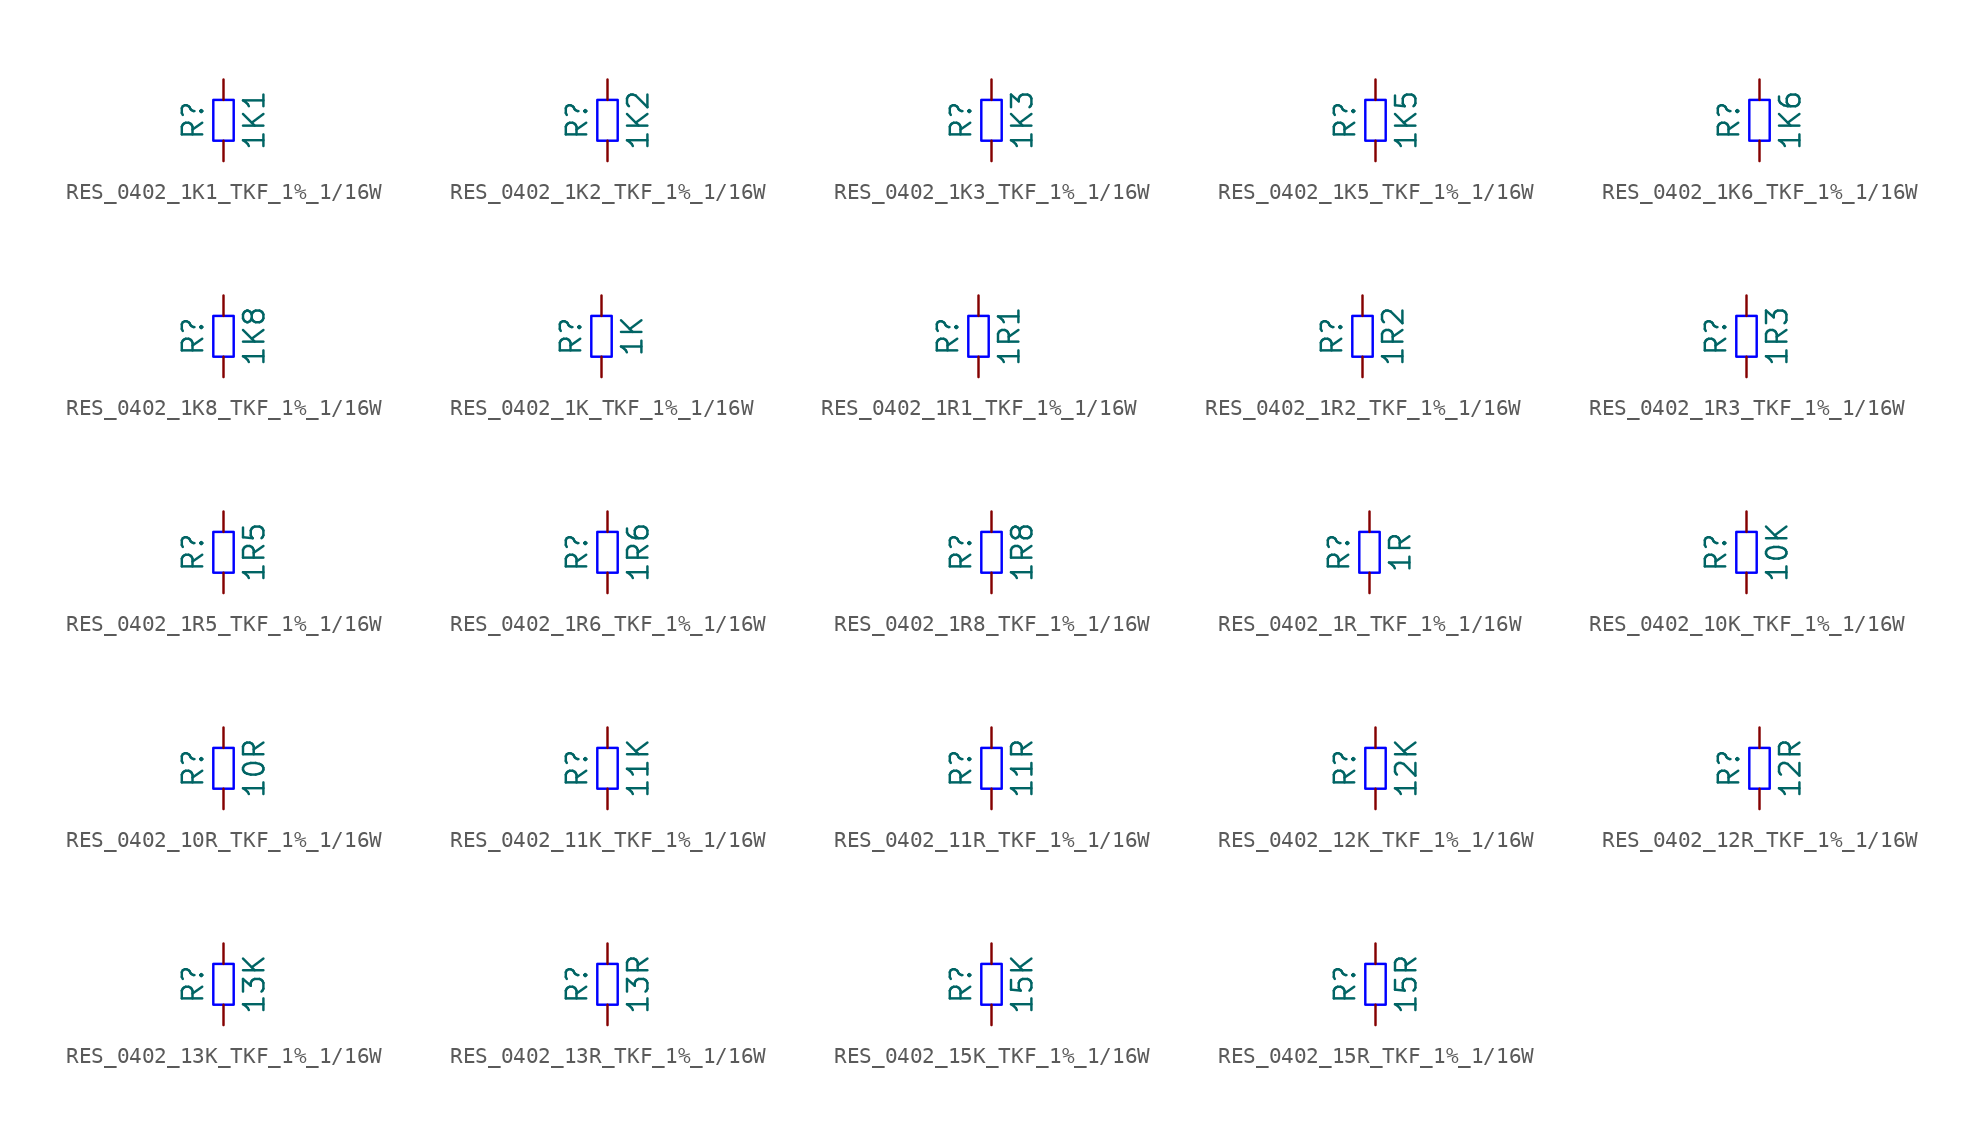
<source format=kicad_sym>
(kicad_symbol_lib
  (version 20220914)
  (generator kicad_symbol_editor)
  (symbol "RES_0402_1K1_TKF_1%_1/16W"
    (pin_numbers hide)
    (pin_names
      (offset 0) hide)
    (property "Reference" "R"
      (at -1.905 0 90)
      (do_not_autoplace)
      (effects (font (size 1.27 1.27))))
    (property "Value" "1K1"
      (at 1.905 0 90)
      (do_not_autoplace)
      (effects (font (size 1.27 1.27))))
    (symbol "RES_0402_1K1_TKF_1%_1/16W_1_1"
      (rectangle (start -0.635 -1.27) (end 0.635 1.27) (stroke (width 0) (type solid) (color 0 0 255 1)) (fill (type none)))
      (pin passive line (at 0 -2.54 90) (length 1.27) (name "~" (effects (font (size 1.27 1.27)))) (number "1" (effects (font (size 1.27 1.27)))))
      (pin passive line (at 0 2.54 270) (length 1.27) (name "~" (effects (font (size 1.27 1.27)))) (number "2" (effects (font (size 1.27 1.27)))))))
  (symbol "RES_0402_1K2_TKF_1%_1/16W"
    (pin_numbers hide)
    (pin_names
      (offset 0) hide)
    (property "Reference" "R"
      (at -1.905 0 90)
      (do_not_autoplace)
      (effects (font (size 1.27 1.27))))
    (property "Value" "1K2"
      (at 1.905 0 90)
      (do_not_autoplace)
      (effects (font (size 1.27 1.27))))
    (symbol "RES_0402_1K2_TKF_1%_1/16W_1_1"
      (rectangle (start -0.635 -1.27) (end 0.635 1.27) (stroke (width 0) (type solid) (color 0 0 255 1)) (fill (type none)))
      (pin passive line (at 0 -2.54 90) (length 1.27) (name "~" (effects (font (size 1.27 1.27)))) (number "1" (effects (font (size 1.27 1.27)))))
      (pin passive line (at 0 2.54 270) (length 1.27) (name "~" (effects (font (size 1.27 1.27)))) (number "2" (effects (font (size 1.27 1.27)))))))
  (symbol "RES_0402_1K3_TKF_1%_1/16W"
    (pin_numbers hide)
    (pin_names
      (offset 0) hide)
    (property "Reference" "R"
      (at -1.905 0 90)
      (do_not_autoplace)
      (effects (font (size 1.27 1.27))))
    (property "Value" "1K3"
      (at 1.905 0 90)
      (do_not_autoplace)
      (effects (font (size 1.27 1.27))))
    (symbol "RES_0402_1K3_TKF_1%_1/16W_1_1"
      (rectangle (start -0.635 -1.27) (end 0.635 1.27) (stroke (width 0) (type solid) (color 0 0 255 1)) (fill (type none)))
      (pin passive line (at 0 -2.54 90) (length 1.27) (name "~" (effects (font (size 1.27 1.27)))) (number "1" (effects (font (size 1.27 1.27)))))
      (pin passive line (at 0 2.54 270) (length 1.27) (name "~" (effects (font (size 1.27 1.27)))) (number "2" (effects (font (size 1.27 1.27)))))))
  (symbol "RES_0402_1K5_TKF_1%_1/16W"
    (pin_numbers hide)
    (pin_names
      (offset 0) hide)
    (property "Reference" "R"
      (at -1.905 0 90)
      (do_not_autoplace)
      (effects (font (size 1.27 1.27))))
    (property "Value" "1K5"
      (at 1.905 0 90)
      (do_not_autoplace)
      (effects (font (size 1.27 1.27))))
    (symbol "RES_0402_1K5_TKF_1%_1/16W_1_1"
      (rectangle (start -0.635 -1.27) (end 0.635 1.27) (stroke (width 0) (type solid) (color 0 0 255 1)) (fill (type none)))
      (pin passive line (at 0 -2.54 90) (length 1.27) (name "~" (effects (font (size 1.27 1.27)))) (number "1" (effects (font (size 1.27 1.27)))))
      (pin passive line (at 0 2.54 270) (length 1.27) (name "~" (effects (font (size 1.27 1.27)))) (number "2" (effects (font (size 1.27 1.27)))))))
  (symbol "RES_0402_1K6_TKF_1%_1/16W"
    (pin_numbers hide)
    (pin_names
      (offset 0) hide)
    (property "Reference" "R"
      (at -1.905 0 90)
      (do_not_autoplace)
      (effects (font (size 1.27 1.27))))
    (property "Value" "1K6"
      (at 1.905 0 90)
      (do_not_autoplace)
      (effects (font (size 1.27 1.27))))
    (symbol "RES_0402_1K6_TKF_1%_1/16W_1_1"
      (rectangle (start -0.635 -1.27) (end 0.635 1.27) (stroke (width 0) (type solid) (color 0 0 255 1)) (fill (type none)))
      (pin passive line (at 0 -2.54 90) (length 1.27) (name "~" (effects (font (size 1.27 1.27)))) (number "1" (effects (font (size 1.27 1.27)))))
      (pin passive line (at 0 2.54 270) (length 1.27) (name "~" (effects (font (size 1.27 1.27)))) (number "2" (effects (font (size 1.27 1.27)))))))
  (symbol "RES_0402_1K8_TKF_1%_1/16W"
    (pin_numbers hide)
    (pin_names
      (offset 0) hide)
    (property "Reference" "R"
      (at -1.905 0 90)
      (do_not_autoplace)
      (effects (font (size 1.27 1.27))))
    (property "Value" "1K8"
      (at 1.905 0 90)
      (do_not_autoplace)
      (effects (font (size 1.27 1.27))))
    (symbol "RES_0402_1K8_TKF_1%_1/16W_1_1"
      (rectangle (start -0.635 -1.27) (end 0.635 1.27) (stroke (width 0) (type solid) (color 0 0 255 1)) (fill (type none)))
      (pin passive line (at 0 -2.54 90) (length 1.27) (name "~" (effects (font (size 1.27 1.27)))) (number "1" (effects (font (size 1.27 1.27)))))
      (pin passive line (at 0 2.54 270) (length 1.27) (name "~" (effects (font (size 1.27 1.27)))) (number "2" (effects (font (size 1.27 1.27)))))))
  (symbol "RES_0402_1K_TKF_1%_1/16W"
    (pin_numbers hide)
    (pin_names
      (offset 0) hide)
    (property "Reference" "R"
      (at -1.905 0 90)
      (do_not_autoplace)
      (effects (font (size 1.27 1.27))))
    (property "Value" "1K"
      (at 1.905 0 90)
      (do_not_autoplace)
      (effects (font (size 1.27 1.27))))
    (symbol "RES_0402_1K_TKF_1%_1/16W_1_1"
      (rectangle (start -0.635 -1.27) (end 0.635 1.27) (stroke (width 0) (type solid) (color 0 0 255 1)) (fill (type none)))
      (pin passive line (at 0 -2.54 90) (length 1.27) (name "~" (effects (font (size 1.27 1.27)))) (number "1" (effects (font (size 1.27 1.27)))))
      (pin passive line (at 0 2.54 270) (length 1.27) (name "~" (effects (font (size 1.27 1.27)))) (number "2" (effects (font (size 1.27 1.27)))))))
  (symbol "RES_0402_1R1_TKF_1%_1/16W"
    (pin_numbers hide)
    (pin_names
      (offset 0) hide)
    (property "Reference" "R"
      (at -1.905 0 90)
      (do_not_autoplace)
      (effects (font (size 1.27 1.27))))
    (property "Value" "1R1"
      (at 1.905 0 90)
      (do_not_autoplace)
      (effects (font (size 1.27 1.27))))
    (symbol "RES_0402_1R1_TKF_1%_1/16W_1_1"
      (rectangle (start -0.635 -1.27) (end 0.635 1.27) (stroke (width 0) (type solid) (color 0 0 255 1)) (fill (type none)))
      (pin passive line (at 0 -2.54 90) (length 1.27) (name "~" (effects (font (size 1.27 1.27)))) (number "1" (effects (font (size 1.27 1.27)))))
      (pin passive line (at 0 2.54 270) (length 1.27) (name "~" (effects (font (size 1.27 1.27)))) (number "2" (effects (font (size 1.27 1.27)))))))
  (symbol "RES_0402_1R2_TKF_1%_1/16W"
    (pin_numbers hide)
    (pin_names
      (offset 0) hide)
    (property "Reference" "R"
      (at -1.905 0 90)
      (do_not_autoplace)
      (effects (font (size 1.27 1.27))))
    (property "Value" "1R2"
      (at 1.905 0 90)
      (do_not_autoplace)
      (effects (font (size 1.27 1.27))))
    (symbol "RES_0402_1R2_TKF_1%_1/16W_1_1"
      (rectangle (start -0.635 -1.27) (end 0.635 1.27) (stroke (width 0) (type solid) (color 0 0 255 1)) (fill (type none)))
      (pin passive line (at 0 -2.54 90) (length 1.27) (name "~" (effects (font (size 1.27 1.27)))) (number "1" (effects (font (size 1.27 1.27)))))
      (pin passive line (at 0 2.54 270) (length 1.27) (name "~" (effects (font (size 1.27 1.27)))) (number "2" (effects (font (size 1.27 1.27)))))))
  (symbol "RES_0402_1R3_TKF_1%_1/16W"
    (pin_numbers hide)
    (pin_names
      (offset 0) hide)
    (property "Reference" "R"
      (at -1.905 0 90)
      (do_not_autoplace)
      (effects (font (size 1.27 1.27))))
    (property "Value" "1R3"
      (at 1.905 0 90)
      (do_not_autoplace)
      (effects (font (size 1.27 1.27))))
    (symbol "RES_0402_1R3_TKF_1%_1/16W_1_1"
      (rectangle (start -0.635 -1.27) (end 0.635 1.27) (stroke (width 0) (type solid) (color 0 0 255 1)) (fill (type none)))
      (pin passive line (at 0 -2.54 90) (length 1.27) (name "~" (effects (font (size 1.27 1.27)))) (number "1" (effects (font (size 1.27 1.27)))))
      (pin passive line (at 0 2.54 270) (length 1.27) (name "~" (effects (font (size 1.27 1.27)))) (number "2" (effects (font (size 1.27 1.27)))))))
  (symbol "RES_0402_1R5_TKF_1%_1/16W"
    (pin_numbers hide)
    (pin_names
      (offset 0) hide)
    (property "Reference" "R"
      (at -1.905 0 90)
      (do_not_autoplace)
      (effects (font (size 1.27 1.27))))
    (property "Value" "1R5"
      (at 1.905 0 90)
      (do_not_autoplace)
      (effects (font (size 1.27 1.27))))
    (symbol "RES_0402_1R5_TKF_1%_1/16W_1_1"
      (rectangle (start -0.635 -1.27) (end 0.635 1.27) (stroke (width 0) (type solid) (color 0 0 255 1)) (fill (type none)))
      (pin passive line (at 0 -2.54 90) (length 1.27) (name "~" (effects (font (size 1.27 1.27)))) (number "1" (effects (font (size 1.27 1.27)))))
      (pin passive line (at 0 2.54 270) (length 1.27) (name "~" (effects (font (size 1.27 1.27)))) (number "2" (effects (font (size 1.27 1.27)))))))
  (symbol "RES_0402_1R6_TKF_1%_1/16W"
    (pin_numbers hide)
    (pin_names
      (offset 0) hide)
    (property "Reference" "R"
      (at -1.905 0 90)
      (do_not_autoplace)
      (effects (font (size 1.27 1.27))))
    (property "Value" "1R6"
      (at 1.905 0 90)
      (do_not_autoplace)
      (effects (font (size 1.27 1.27))))
    (symbol "RES_0402_1R6_TKF_1%_1/16W_1_1"
      (rectangle (start -0.635 -1.27) (end 0.635 1.27) (stroke (width 0) (type solid) (color 0 0 255 1)) (fill (type none)))
      (pin passive line (at 0 -2.54 90) (length 1.27) (name "~" (effects (font (size 1.27 1.27)))) (number "1" (effects (font (size 1.27 1.27)))))
      (pin passive line (at 0 2.54 270) (length 1.27) (name "~" (effects (font (size 1.27 1.27)))) (number "2" (effects (font (size 1.27 1.27)))))))
  (symbol "RES_0402_1R8_TKF_1%_1/16W"
    (pin_numbers hide)
    (pin_names
      (offset 0) hide)
    (property "Reference" "R"
      (at -1.905 0 90)
      (do_not_autoplace)
      (effects (font (size 1.27 1.27))))
    (property "Value" "1R8"
      (at 1.905 0 90)
      (do_not_autoplace)
      (effects (font (size 1.27 1.27))))
    (symbol "RES_0402_1R8_TKF_1%_1/16W_1_1"
      (rectangle (start -0.635 -1.27) (end 0.635 1.27) (stroke (width 0) (type solid) (color 0 0 255 1)) (fill (type none)))
      (pin passive line (at 0 -2.54 90) (length 1.27) (name "~" (effects (font (size 1.27 1.27)))) (number "1" (effects (font (size 1.27 1.27)))))
      (pin passive line (at 0 2.54 270) (length 1.27) (name "~" (effects (font (size 1.27 1.27)))) (number "2" (effects (font (size 1.27 1.27)))))))
  (symbol "RES_0402_1R_TKF_1%_1/16W"
    (pin_numbers hide)
    (pin_names
      (offset 0) hide)
    (property "Reference" "R"
      (at -1.905 0 90)
      (do_not_autoplace)
      (effects (font (size 1.27 1.27))))
    (property "Value" "1R"
      (at 1.905 0 90)
      (do_not_autoplace)
      (effects (font (size 1.27 1.27))))
    (symbol "RES_0402_1R_TKF_1%_1/16W_1_1"
      (rectangle (start -0.635 -1.27) (end 0.635 1.27) (stroke (width 0) (type solid) (color 0 0 255 1)) (fill (type none)))
      (pin passive line (at 0 -2.54 90) (length 1.27) (name "~" (effects (font (size 1.27 1.27)))) (number "1" (effects (font (size 1.27 1.27)))))
      (pin passive line (at 0 2.54 270) (length 1.27) (name "~" (effects (font (size 1.27 1.27)))) (number "2" (effects (font (size 1.27 1.27)))))))
  (symbol "RES_0402_10K_TKF_1%_1/16W"
    (pin_numbers hide)
    (pin_names
      (offset 0) hide)
    (property "Reference" "R"
      (at -1.905 0 90)
      (do_not_autoplace)
      (effects (font (size 1.27 1.27))))
    (property "Value" "10K"
      (at 1.905 0 90)
      (do_not_autoplace)
      (effects (font (size 1.27 1.27))))
    (symbol "RES_0402_10K_TKF_1%_1/16W_1_1"
      (rectangle (start -0.635 -1.27) (end 0.635 1.27) (stroke (width 0) (type solid) (color 0 0 255 1)) (fill (type none)))
      (pin passive line (at 0 -2.54 90) (length 1.27) (name "~" (effects (font (size 1.27 1.27)))) (number "1" (effects (font (size 1.27 1.27)))))
      (pin passive line (at 0 2.54 270) (length 1.27) (name "~" (effects (font (size 1.27 1.27)))) (number "2" (effects (font (size 1.27 1.27)))))))
  (symbol "RES_0402_10R_TKF_1%_1/16W"
    (pin_numbers hide)
    (pin_names
      (offset 0) hide)
    (property "Reference" "R"
      (at -1.905 0 90)
      (do_not_autoplace)
      (effects (font (size 1.27 1.27))))
    (property "Value" "10R"
      (at 1.905 0 90)
      (do_not_autoplace)
      (effects (font (size 1.27 1.27))))
    (symbol "RES_0402_10R_TKF_1%_1/16W_1_1"
      (rectangle (start -0.635 -1.27) (end 0.635 1.27) (stroke (width 0) (type solid) (color 0 0 255 1)) (fill (type none)))
      (pin passive line (at 0 -2.54 90) (length 1.27) (name "~" (effects (font (size 1.27 1.27)))) (number "1" (effects (font (size 1.27 1.27)))))
      (pin passive line (at 0 2.54 270) (length 1.27) (name "~" (effects (font (size 1.27 1.27)))) (number "2" (effects (font (size 1.27 1.27)))))))
  (symbol "RES_0402_11K_TKF_1%_1/16W"
    (pin_numbers hide)
    (pin_names
      (offset 0) hide)
    (property "Reference" "R"
      (at -1.905 0 90)
      (do_not_autoplace)
      (effects (font (size 1.27 1.27))))
    (property "Value" "11K"
      (at 1.905 0 90)
      (do_not_autoplace)
      (effects (font (size 1.27 1.27))))
    (symbol "RES_0402_11K_TKF_1%_1/16W_1_1"
      (rectangle (start -0.635 -1.27) (end 0.635 1.27) (stroke (width 0) (type solid) (color 0 0 255 1)) (fill (type none)))
      (pin passive line (at 0 -2.54 90) (length 1.27) (name "~" (effects (font (size 1.27 1.27)))) (number "1" (effects (font (size 1.27 1.27)))))
      (pin passive line (at 0 2.54 270) (length 1.27) (name "~" (effects (font (size 1.27 1.27)))) (number "2" (effects (font (size 1.27 1.27)))))))
  (symbol "RES_0402_11R_TKF_1%_1/16W"
    (pin_numbers hide)
    (pin_names
      (offset 0) hide)
    (property "Reference" "R"
      (at -1.905 0 90)
      (do_not_autoplace)
      (effects (font (size 1.27 1.27))))
    (property "Value" "11R"
      (at 1.905 0 90)
      (do_not_autoplace)
      (effects (font (size 1.27 1.27))))
    (symbol "RES_0402_11R_TKF_1%_1/16W_1_1"
      (rectangle (start -0.635 -1.27) (end 0.635 1.27) (stroke (width 0) (type solid) (color 0 0 255 1)) (fill (type none)))
      (pin passive line (at 0 -2.54 90) (length 1.27) (name "~" (effects (font (size 1.27 1.27)))) (number "1" (effects (font (size 1.27 1.27)))))
      (pin passive line (at 0 2.54 270) (length 1.27) (name "~" (effects (font (size 1.27 1.27)))) (number "2" (effects (font (size 1.27 1.27)))))))
  (symbol "RES_0402_12K_TKF_1%_1/16W"
    (pin_numbers hide)
    (pin_names
      (offset 0) hide)
    (property "Reference" "R"
      (at -1.905 0 90)
      (do_not_autoplace)
      (effects (font (size 1.27 1.27))))
    (property "Value" "12K"
      (at 1.905 0 90)
      (do_not_autoplace)
      (effects (font (size 1.27 1.27))))
    (symbol "RES_0402_12K_TKF_1%_1/16W_1_1"
      (rectangle (start -0.635 -1.27) (end 0.635 1.27) (stroke (width 0) (type solid) (color 0 0 255 1)) (fill (type none)))
      (pin passive line (at 0 -2.54 90) (length 1.27) (name "~" (effects (font (size 1.27 1.27)))) (number "1" (effects (font (size 1.27 1.27)))))
      (pin passive line (at 0 2.54 270) (length 1.27) (name "~" (effects (font (size 1.27 1.27)))) (number "2" (effects (font (size 1.27 1.27)))))))
  (symbol "RES_0402_12R_TKF_1%_1/16W"
    (pin_numbers hide)
    (pin_names
      (offset 0) hide)
    (property "Reference" "R"
      (at -1.905 0 90)
      (do_not_autoplace)
      (effects (font (size 1.27 1.27))))
    (property "Value" "12R"
      (at 1.905 0 90)
      (do_not_autoplace)
      (effects (font (size 1.27 1.27))))
    (symbol "RES_0402_12R_TKF_1%_1/16W_1_1"
      (rectangle (start -0.635 -1.27) (end 0.635 1.27) (stroke (width 0) (type solid) (color 0 0 255 1)) (fill (type none)))
      (pin passive line (at 0 -2.54 90) (length 1.27) (name "~" (effects (font (size 1.27 1.27)))) (number "1" (effects (font (size 1.27 1.27)))))
      (pin passive line (at 0 2.54 270) (length 1.27) (name "~" (effects (font (size 1.27 1.27)))) (number "2" (effects (font (size 1.27 1.27)))))))
  (symbol "RES_0402_13K_TKF_1%_1/16W"
    (pin_numbers hide)
    (pin_names
      (offset 0) hide)
    (property "Reference" "R"
      (at -1.905 0 90)
      (do_not_autoplace)
      (effects (font (size 1.27 1.27))))
    (property "Value" "13K"
      (at 1.905 0 90)
      (do_not_autoplace)
      (effects (font (size 1.27 1.27))))
    (symbol "RES_0402_13K_TKF_1%_1/16W_1_1"
      (rectangle (start -0.635 -1.27) (end 0.635 1.27) (stroke (width 0) (type solid) (color 0 0 255 1)) (fill (type none)))
      (pin passive line (at 0 -2.54 90) (length 1.27) (name "~" (effects (font (size 1.27 1.27)))) (number "1" (effects (font (size 1.27 1.27)))))
      (pin passive line (at 0 2.54 270) (length 1.27) (name "~" (effects (font (size 1.27 1.27)))) (number "2" (effects (font (size 1.27 1.27)))))))
  (symbol "RES_0402_13R_TKF_1%_1/16W"
    (pin_numbers hide)
    (pin_names
      (offset 0) hide)
    (property "Reference" "R"
      (at -1.905 0 90)
      (do_not_autoplace)
      (effects (font (size 1.27 1.27))))
    (property "Value" "13R"
      (at 1.905 0 90)
      (do_not_autoplace)
      (effects (font (size 1.27 1.27))))
    (symbol "RES_0402_13R_TKF_1%_1/16W_1_1"
      (rectangle (start -0.635 -1.27) (end 0.635 1.27) (stroke (width 0) (type solid) (color 0 0 255 1)) (fill (type none)))
      (pin passive line (at 0 -2.54 90) (length 1.27) (name "~" (effects (font (size 1.27 1.27)))) (number "1" (effects (font (size 1.27 1.27)))))
      (pin passive line (at 0 2.54 270) (length 1.27) (name "~" (effects (font (size 1.27 1.27)))) (number "2" (effects (font (size 1.27 1.27)))))))
  (symbol "RES_0402_15K_TKF_1%_1/16W"
    (pin_numbers hide)
    (pin_names
      (offset 0) hide)
    (property "Reference" "R"
      (at -1.905 0 90)
      (do_not_autoplace)
      (effects (font (size 1.27 1.27))))
    (property "Value" "15K"
      (at 1.905 0 90)
      (do_not_autoplace)
      (effects (font (size 1.27 1.27))))
    (symbol "RES_0402_15K_TKF_1%_1/16W_1_1"
      (rectangle (start -0.635 -1.27) (end 0.635 1.27) (stroke (width 0) (type solid) (color 0 0 255 1)) (fill (type none)))
      (pin passive line (at 0 -2.54 90) (length 1.27) (name "~" (effects (font (size 1.27 1.27)))) (number "1" (effects (font (size 1.27 1.27)))))
      (pin passive line (at 0 2.54 270) (length 1.27) (name "~" (effects (font (size 1.27 1.27)))) (number "2" (effects (font (size 1.27 1.27)))))))
  (symbol "RES_0402_15R_TKF_1%_1/16W"
    (pin_numbers hide)
    (pin_names
      (offset 0) hide)
    (property "Reference" "R"
      (at -1.905 0 90)
      (do_not_autoplace)
      (effects (font (size 1.27 1.27))))
    (property "Value" "15R"
      (at 1.905 0 90)
      (do_not_autoplace)
      (effects (font (size 1.27 1.27))))
    (symbol "RES_0402_15R_TKF_1%_1/16W_1_1"
      (rectangle (start -0.635 -1.27) (end 0.635 1.27) (stroke (width 0) (type solid) (color 0 0 255 1)) (fill (type none)))
      (pin passive line (at 0 -2.54 90) (length 1.27) (name "~" (effects (font (size 1.27 1.27)))) (number "1" (effects (font (size 1.27 1.27)))))
      (pin passive line (at 0 2.54 270) (length 1.27) (name "~" (effects (font (size 1.27 1.27)))) (number "2" (effects (font (size 1.27 1.27))))))))
</source>
